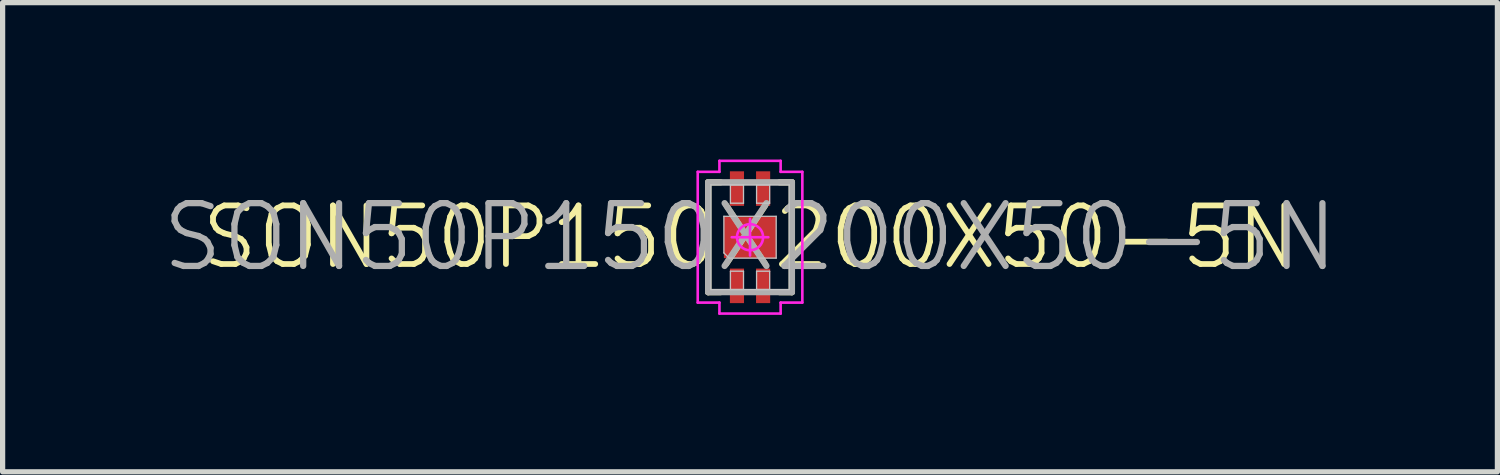
<source format=kicad_pcb>
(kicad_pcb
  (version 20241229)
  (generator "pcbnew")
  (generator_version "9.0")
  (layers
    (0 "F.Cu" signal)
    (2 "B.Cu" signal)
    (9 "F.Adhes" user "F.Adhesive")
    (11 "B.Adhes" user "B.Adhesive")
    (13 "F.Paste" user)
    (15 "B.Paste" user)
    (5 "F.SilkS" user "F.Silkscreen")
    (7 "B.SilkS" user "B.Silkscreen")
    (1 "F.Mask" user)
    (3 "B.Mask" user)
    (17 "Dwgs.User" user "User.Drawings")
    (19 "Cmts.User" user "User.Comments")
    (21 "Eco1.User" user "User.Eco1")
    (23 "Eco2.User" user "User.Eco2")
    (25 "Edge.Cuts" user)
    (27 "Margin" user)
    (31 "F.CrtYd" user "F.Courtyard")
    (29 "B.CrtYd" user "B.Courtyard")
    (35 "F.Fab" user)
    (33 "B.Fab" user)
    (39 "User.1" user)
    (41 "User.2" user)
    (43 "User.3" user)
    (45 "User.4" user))
  (footprint "SON50P150X200X50-5N"
    (layer "F.Cu")
    (at 11.289 1.485)
    (property "Reference" "SON50P150X200X50-5N" (at 0 0 0) (layer "F.Fab") (effects (font (size 1.2 1.2) (thickness 0.12))))
    (attr smd)
    (fp_line (start -0.8 -1.05) (end -0.565 -1.05) (stroke (width 0.12) (type solid)) (layer "F.SilkS"))
    (fp_line (start -0.8 1.05) (end -0.8 -1.05) (stroke (width 0.12) (type solid)) (layer "F.SilkS"))
    (fp_line (start -0.565 1.05) (end -0.8 1.05) (stroke (width 0.12) (type solid)) (layer "F.SilkS"))
    (fp_line (start 0.565 1.05) (end 0.8 1.05) (stroke (width 0.12) (type solid)) (layer "F.SilkS"))
    (fp_line (start 0.8 -1.05) (end 0.565 -1.05) (stroke (width 0.12) (type solid)) (layer "F.SilkS"))
    (fp_line (start 0.8 1.05) (end 0.8 -1.05) (stroke (width 0.12) (type solid)) (layer "F.SilkS"))
    (fp_line (start -0.75 -1) (end 0.75 -1) (stroke (width 0.025) (type solid)) (layer "Dwgs.User"))
    (fp_line (start -0.75 1) (end -0.75 -1) (stroke (width 0.025) (type solid)) (layer "Dwgs.User"))
    (fp_line (start -0.5 -0.4) (end -0.5 0.3) (stroke (width 0.025) (type solid)) (layer "Dwgs.User"))
    (fp_line (start -0.5 0.3) (end -0.4 0.4) (stroke (width 0.025) (type solid)) (layer "Dwgs.User"))
    (fp_line (start -0.4 0.4) (end 0.5 0.4) (stroke (width 0.025) (type solid)) (layer "Dwgs.User"))
    (fp_line (start -0.375 -1) (end -0.125 -1) (stroke (width 0.025) (type solid)) (layer "Dwgs.User"))
    (fp_line (start -0.375 -0.65) (end -0.375 -1) (stroke (width 0.025) (type solid)) (layer "Dwgs.User"))
    (fp_line (start -0.375 0.65) (end -0.125 0.65) (stroke (width 0.025) (type solid)) (layer "Dwgs.User"))
    (fp_line (start -0.375 1) (end -0.375 0.65) (stroke (width 0.025) (type solid)) (layer "Dwgs.User"))
    (fp_line (start -0.125 -1) (end -0.125 -0.65) (stroke (width 0.025) (type solid)) (layer "Dwgs.User"))
    (fp_line (start -0.125 -0.65) (end -0.375 -0.65) (stroke (width 0.025) (type solid)) (layer "Dwgs.User"))
    (fp_line (start -0.125 0.65) (end -0.125 1) (stroke (width 0.025) (type solid)) (layer "Dwgs.User"))
    (fp_line (start -0.125 1) (end -0.375 1) (stroke (width 0.025) (type solid)) (layer "Dwgs.User"))
    (fp_line (start 0.125 -1) (end 0.375 -1) (stroke (width 0.025) (type solid)) (layer "Dwgs.User"))
    (fp_line (start 0.125 -0.65) (end 0.125 -1) (stroke (width 0.025) (type solid)) (layer "Dwgs.User"))
    (fp_line (start 0.125 0.65) (end 0.375 0.65) (stroke (width 0.025) (type solid)) (layer "Dwgs.User"))
    (fp_line (start 0.125 1) (end 0.125 0.65) (stroke (width 0.025) (type solid)) (layer "Dwgs.User"))
    (fp_line (start 0.375 -1) (end 0.375 -0.65) (stroke (width 0.025) (type solid)) (layer "Dwgs.User"))
    (fp_line (start 0.375 -0.65) (end 0.125 -0.65) (stroke (width 0.025) (type solid)) (layer "Dwgs.User"))
    (fp_line (start 0.375 0.65) (end 0.375 1) (stroke (width 0.025) (type solid)) (layer "Dwgs.User"))
    (fp_line (start 0.375 1) (end 0.125 1) (stroke (width 0.025) (type solid)) (layer "Dwgs.User"))
    (fp_line (start 0.5 -0.4) (end -0.5 -0.4) (stroke (width 0.025) (type solid)) (layer "Dwgs.User"))
    (fp_line (start 0.5 0.4) (end 0.5 -0.4) (stroke (width 0.025) (type solid)) (layer "Dwgs.User"))
    (fp_line (start 0.75 -1) (end 0.75 1) (stroke (width 0.025) (type solid)) (layer "Dwgs.User"))
    (fp_line (start 0.75 1) (end -0.75 1) (stroke (width 0.025) (type solid)) (layer "Dwgs.User"))
    (fp_line (start -1 -1.25) (end -1 1.25) (stroke (width 0.05) (type solid)) (layer "F.CrtYd"))
    (fp_line (start -1 1.25) (end -0.585 1.25) (stroke (width 0.05) (type solid)) (layer "F.CrtYd"))
    (fp_line (start -0.585 -1.46) (end -0.585 -1.25) (stroke (width 0.05) (type solid)) (layer "F.CrtYd"))
    (fp_line (start -0.585 -1.25) (end -1 -1.25) (stroke (width 0.05) (type solid)) (layer "F.CrtYd"))
    (fp_line (start -0.585 1.25) (end -0.585 1.46) (stroke (width 0.05) (type solid)) (layer "F.CrtYd"))
    (fp_line (start -0.585 1.46) (end 0.585 1.46) (stroke (width 0.05) (type solid)) (layer "F.CrtYd"))
    (fp_line (start -0.35 0) (end 0.35 0) (stroke (width 0.05) (type solid)) (layer "F.CrtYd"))
    (fp_line (start 0 -0.35) (end 0 0.35) (stroke (width 0.05) (type solid)) (layer "F.CrtYd"))
    (fp_line (start 0.585 -1.46) (end -0.585 -1.46) (stroke (width 0.05) (type solid)) (layer "F.CrtYd"))
    (fp_line (start 0.585 -1.25) (end 0.585 -1.46) (stroke (width 0.05) (type solid)) (layer "F.CrtYd"))
    (fp_line (start 0.585 1.25) (end 1 1.25) (stroke (width 0.05) (type solid)) (layer "F.CrtYd"))
    (fp_line (start 0.585 1.46) (end 0.585 1.25) (stroke (width 0.05) (type solid)) (layer "F.CrtYd"))
    (fp_line (start 1 -1.25) (end 0.585 -1.25) (stroke (width 0.05) (type solid)) (layer "F.CrtYd"))
    (fp_line (start 1 1.25) (end 1 -1.25) (stroke (width 0.05) (type solid)) (layer "F.CrtYd"))
    (fp_circle (center 0 0) (end 0 0.25) (stroke (width 0.05) (type solid)) (fill no) (layer "F.CrtYd"))
    (fp_line (start -0.8 -1.05) (end 0.8 -1.05) (stroke (width 0.12) (type solid)) (layer "F.Fab"))
    (fp_line (start -0.8 1.05) (end -0.8 -1.05) (stroke (width 0.12) (type solid)) (layer "F.Fab"))
    (fp_line (start 0.8 -1.05) (end 0.8 1.05) (stroke (width 0.12) (type solid)) (layer "F.Fab"))
    (fp_line (start 0.8 1.05) (end -0.8 1.05) (stroke (width 0.12) (type solid)) (layer "F.Fab"))
    (fp_text user "${REFERENCE}" (at 0 0 0) (layer "F.SilkS") (effects (font (size 1.12 1.12) (thickness 0.11))))
    (pad "1" smd rect (at -0.25 0.93 90) (size 0.66 0.27) (layers "F.Cu" "F.Mask" "F.Paste"))
    (pad "2" smd rect (at 0.25 0.93 90) (size 0.66 0.27) (layers "F.Cu" "F.Mask" "F.Paste"))
    (pad "3" smd rect (at 0.25 -0.93 90) (size 0.66 0.27) (layers "F.Cu" "F.Mask" "F.Paste"))
    (pad "4" smd rect (at -0.25 -0.93 90) (size 0.66 0.27) (layers "F.Cu" "F.Mask" "F.Paste"))
    (pad "5" smd rect (at 0 0 90) (size 0.8 1) (layers "F.Cu" "F.Mask" "F.Paste")))
  (gr_rect
    (start -3 -3)
    (end 25.577 5.97)
    (stroke (width 0.1) (type default))
    (fill no)
    (layer "Edge.Cuts")))
</source>
